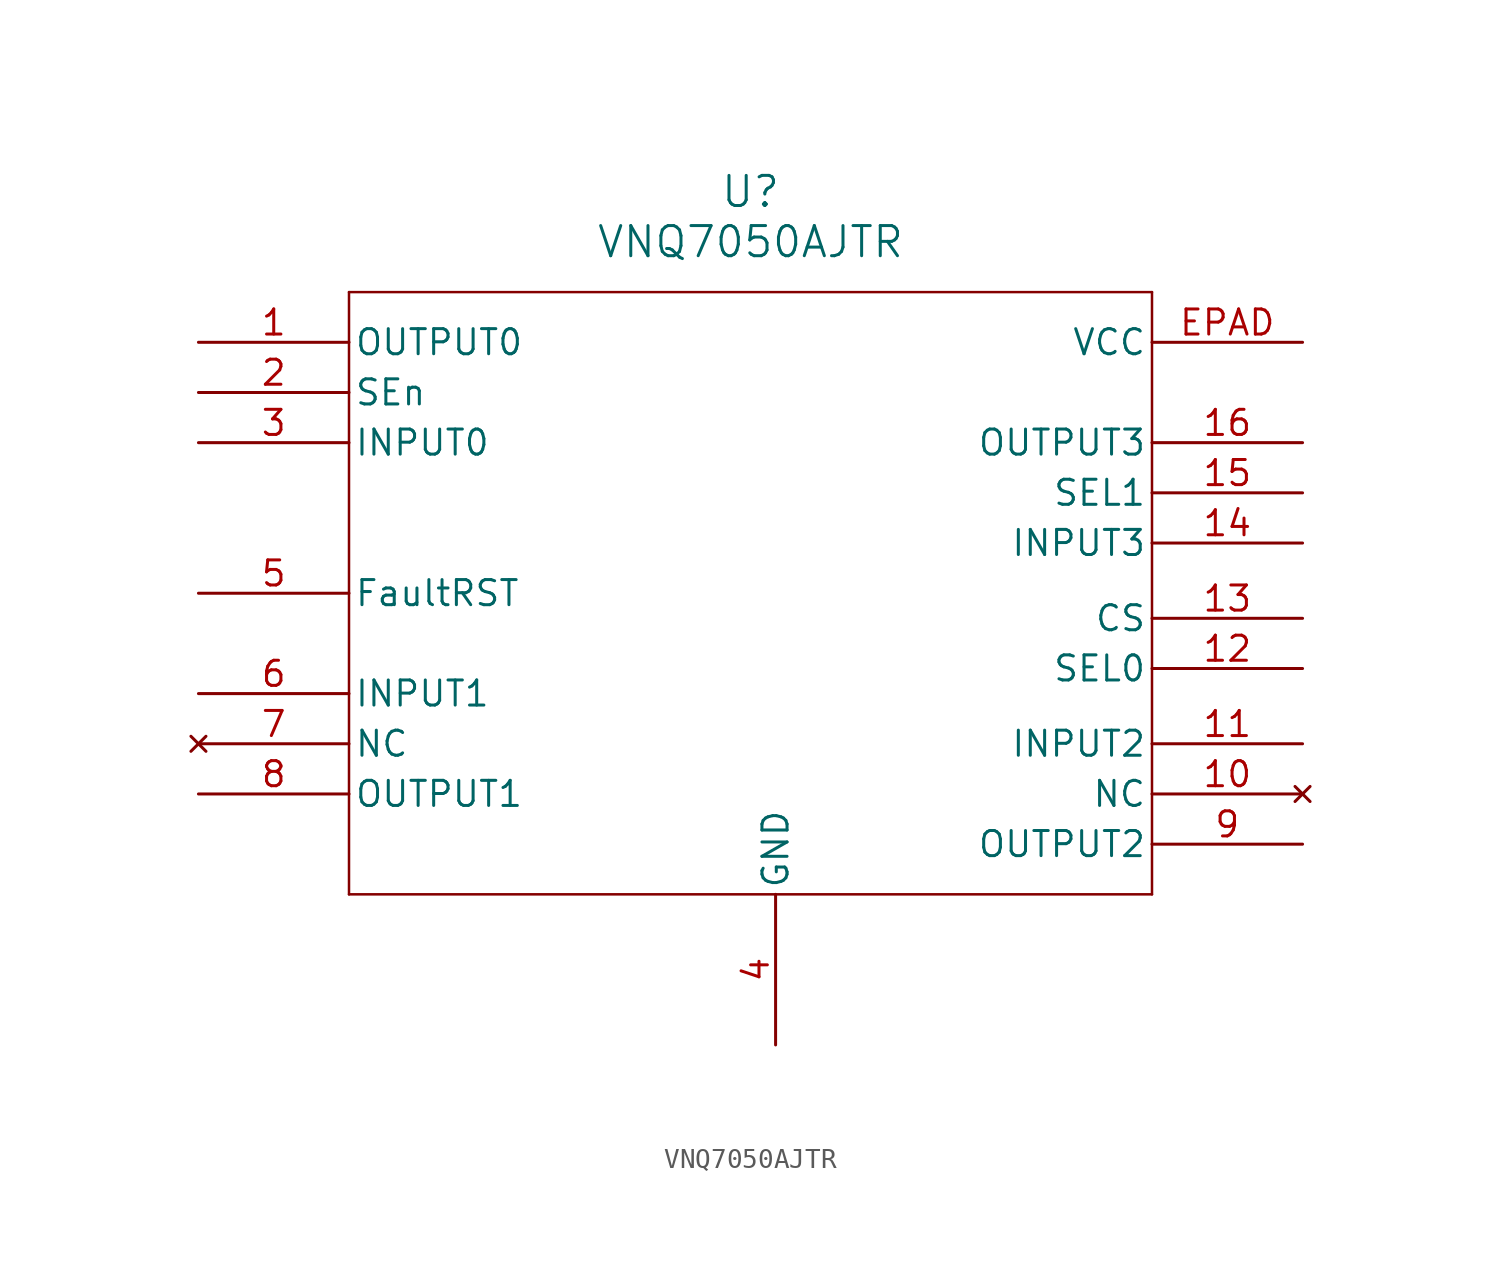
<source format=kicad_sym>
(kicad_symbol_lib
  (version 20241209)
  (generator "kicad_symbol_editor")
  (generator_version "9.0")
  (symbol "VNQ7050AJTR"
    (pin_names
      (offset 0.254))
    (property "Reference" "U"
      (at 27.94 10.16 0)
      (effects (font (size 1.524 1.524))))
    (property "Value" "VNQ7050AJTR"
      (at 27.94 7.62 0)
      (effects (font (size 1.524 1.524))))
    (property "ki_locked" ""
      (at 0 0 0)
      (effects (font (size 1.27 1.27))))
    (symbol "VNQ7050AJTR_0_1"
      (polyline (pts (xy 7.62 5.08) (xy 7.62 -25.4)) (stroke (width 0.127) (type default)) (fill (type none)))
      (polyline (pts (xy 7.62 -25.4) (xy 48.26 -25.4)) (stroke (width 0.127) (type default)) (fill (type none)))
      (polyline (pts (xy 48.26 5.08) (xy 7.62 5.08)) (stroke (width 0.127) (type default)) (fill (type none)))
      (polyline (pts (xy 48.26 -25.4) (xy 48.26 5.08)) (stroke (width 0.127) (type default)) (fill (type none)))
      (pin output line (at 0 2.54 0) (length 7.62) (name "OUTPUT0" (effects (font (size 1.27 1.27)))) (number "1" (effects (font (size 1.27 1.27)))))
      (pin unspecified line (at 0 0 0) (length 7.62) (name "SEn" (effects (font (size 1.27 1.27)))) (number "2" (effects (font (size 1.27 1.27)))))
      (pin input line (at 0 -2.54 0) (length 7.62) (name "INPUT0" (effects (font (size 1.27 1.27)))) (number "3" (effects (font (size 1.27 1.27)))))
      (pin unspecified line (at 0 -10.16 0) (length 7.62) (name "FaultRST" (effects (font (size 1.27 1.27)))) (number "5" (effects (font (size 1.27 1.27)))))
      (pin input line (at 0 -15.24 0) (length 7.62) (name "INPUT1" (effects (font (size 1.27 1.27)))) (number "6" (effects (font (size 1.27 1.27)))))
      (pin no_connect line (at 0 -17.78 0) (length 7.62) (name "NC" (effects (font (size 1.27 1.27)))) (number "7" (effects (font (size 1.27 1.27)))))
      (pin output line (at 0 -20.32 0) (length 7.62) (name "OUTPUT1" (effects (font (size 1.27 1.27)))) (number "8" (effects (font (size 1.27 1.27)))))
      (pin power_out line (at 29.21 -33.02 90) (length 7.62) (name "GND" (effects (font (size 1.27 1.27)))) (number "4" (effects (font (size 1.27 1.27)))))
      (pin power_in line (at 55.88 2.54 180) (length 7.62) (name "VCC" (effects (font (size 1.27 1.27)))) (number "EPAD" (effects (font (size 1.27 1.27)))))
      (pin output line (at 55.88 -2.54 180) (length 7.62) (name "OUTPUT3" (effects (font (size 1.27 1.27)))) (number "16" (effects (font (size 1.27 1.27)))))
      (pin bidirectional line (at 55.88 -5.08 180) (length 7.62) (name "SEL1" (effects (font (size 1.27 1.27)))) (number "15" (effects (font (size 1.27 1.27)))))
      (pin input line (at 55.88 -7.62 180) (length 7.62) (name "INPUT3" (effects (font (size 1.27 1.27)))) (number "14" (effects (font (size 1.27 1.27)))))
      (pin unspecified line (at 55.88 -11.43 180) (length 7.62) (name "CS" (effects (font (size 1.27 1.27)))) (number "13" (effects (font (size 1.27 1.27)))))
      (pin bidirectional line (at 55.88 -13.97 180) (length 7.62) (name "SEL0" (effects (font (size 1.27 1.27)))) (number "12" (effects (font (size 1.27 1.27)))))
      (pin input line (at 55.88 -17.78 180) (length 7.62) (name "INPUT2" (effects (font (size 1.27 1.27)))) (number "11" (effects (font (size 1.27 1.27)))))
      (pin no_connect line (at 55.88 -20.32 180) (length 7.62) (name "NC" (effects (font (size 1.27 1.27)))) (number "10" (effects (font (size 1.27 1.27)))))
      (pin output line (at 55.88 -22.86 180) (length 7.62) (name "OUTPUT2" (effects (font (size 1.27 1.27)))) (number "9" (effects (font (size 1.27 1.27))))))))
</source>
